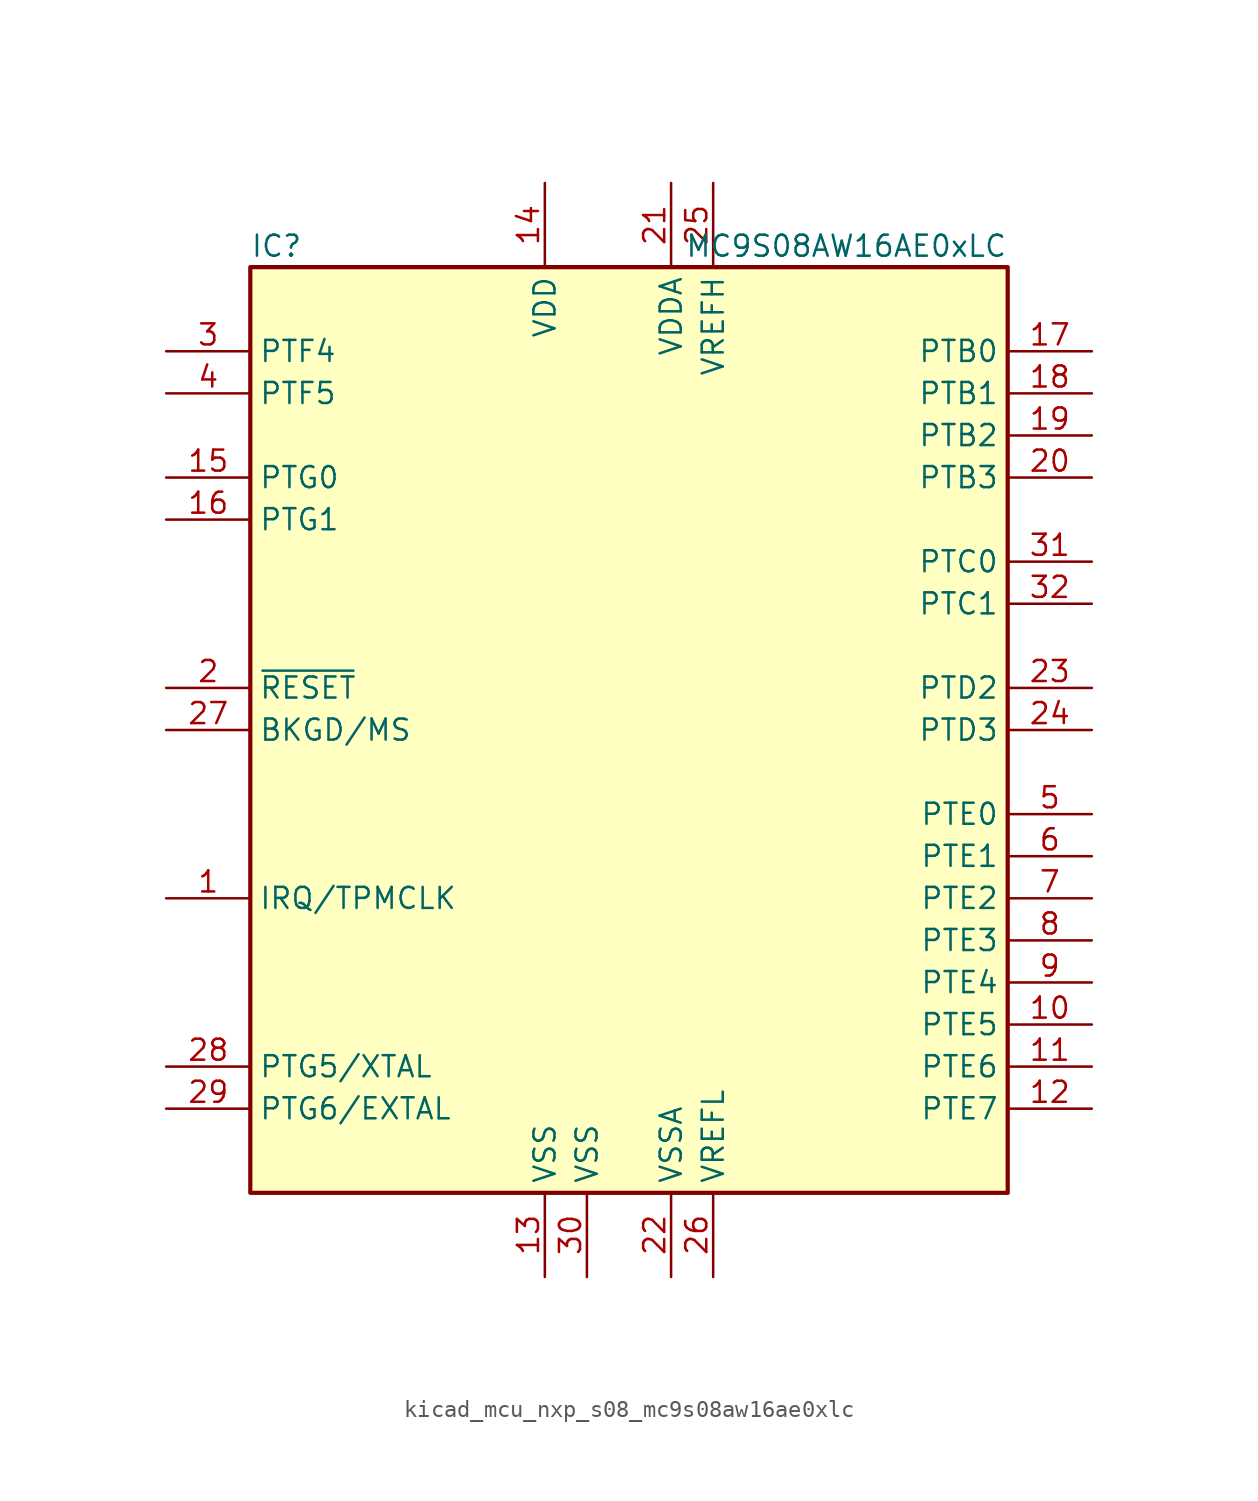
<source format=kicad_sym>
(kicad_symbol_lib
  (version 20220914)
  (generator kicad_symbol_editor)
  (symbol "kicad_mcu_nxp_s08_mc9s08aw16ae0xlc"
    (property "Reference" "IC"
      (at -22.86 29.21 0)
      (effects (font (size 1.27 1.27)) (justify left)))
    (property "Value" "MC9S08AW16AE0xLC"
      (at 22.86 29.21 0)
      (effects (font (size 1.27 1.27)) (justify right)))
    (symbol "kicad_mcu_nxp_s08_mc9s08aw16ae0xlc_0_1"
      (rectangle (start -22.86 27.94) (end 22.86 -27.94) (stroke (width 0.254) (type default)) (fill (type background))))
    (symbol "kicad_mcu_nxp_s08_mc9s08aw16ae0xlc_1_1"
      (pin input line (at -27.94 -10.16 0) (length 5.08) (name "IRQ/TPMCLK" (effects (font (size 1.27 1.27)))) (number "1" (effects (font (size 1.27 1.27)))))
      (pin bidirectional line (at 27.94 -17.78 180) (length 5.08) (name "PTE5" (effects (font (size 1.27 1.27)))) (number "10" (effects (font (size 1.27 1.27)))))
      (pin bidirectional line (at 27.94 -20.32 180) (length 5.08) (name "PTE6" (effects (font (size 1.27 1.27)))) (number "11" (effects (font (size 1.27 1.27)))))
      (pin bidirectional line (at 27.94 -22.86 180) (length 5.08) (name "PTE7" (effects (font (size 1.27 1.27)))) (number "12" (effects (font (size 1.27 1.27)))))
      (pin power_in line (at -5.08 -33.02 90) (length 5.08) (name "VSS" (effects (font (size 1.27 1.27)))) (number "13" (effects (font (size 1.27 1.27)))))
      (pin power_in line (at -5.08 33.02 270) (length 5.08) (name "VDD" (effects (font (size 1.27 1.27)))) (number "14" (effects (font (size 1.27 1.27)))))
      (pin bidirectional line (at -27.94 15.24 0) (length 5.08) (name "PTG0" (effects (font (size 1.27 1.27)))) (number "15" (effects (font (size 1.27 1.27)))))
      (pin bidirectional line (at -27.94 12.7 0) (length 5.08) (name "PTG1" (effects (font (size 1.27 1.27)))) (number "16" (effects (font (size 1.27 1.27)))))
      (pin bidirectional line (at 27.94 22.86 180) (length 5.08) (name "PTB0" (effects (font (size 1.27 1.27)))) (number "17" (effects (font (size 1.27 1.27)))))
      (pin bidirectional line (at 27.94 20.32 180) (length 5.08) (name "PTB1" (effects (font (size 1.27 1.27)))) (number "18" (effects (font (size 1.27 1.27)))))
      (pin bidirectional line (at 27.94 17.78 180) (length 5.08) (name "PTB2" (effects (font (size 1.27 1.27)))) (number "19" (effects (font (size 1.27 1.27)))))
      (pin input line (at -27.94 2.54 0) (length 5.08) (name "~{RESET}" (effects (font (size 1.27 1.27)))) (number "2" (effects (font (size 1.27 1.27)))))
      (pin bidirectional line (at 27.94 15.24 180) (length 5.08) (name "PTB3" (effects (font (size 1.27 1.27)))) (number "20" (effects (font (size 1.27 1.27)))))
      (pin power_in line (at 2.54 33.02 270) (length 5.08) (name "VDDA" (effects (font (size 1.27 1.27)))) (number "21" (effects (font (size 1.27 1.27)))))
      (pin power_in line (at 2.54 -33.02 90) (length 5.08) (name "VSSA" (effects (font (size 1.27 1.27)))) (number "22" (effects (font (size 1.27 1.27)))))
      (pin bidirectional line (at 27.94 2.54 180) (length 5.08) (name "PTD2" (effects (font (size 1.27 1.27)))) (number "23" (effects (font (size 1.27 1.27)))))
      (pin bidirectional line (at 27.94 0 180) (length 5.08) (name "PTD3" (effects (font (size 1.27 1.27)))) (number "24" (effects (font (size 1.27 1.27)))))
      (pin power_in line (at 5.08 33.02 270) (length 5.08) (name "VREFH" (effects (font (size 1.27 1.27)))) (number "25" (effects (font (size 1.27 1.27)))))
      (pin power_in line (at 5.08 -33.02 90) (length 5.08) (name "VREFL" (effects (font (size 1.27 1.27)))) (number "26" (effects (font (size 1.27 1.27)))))
      (pin bidirectional line (at -27.94 0 0) (length 5.08) (name "BKGD/MS" (effects (font (size 1.27 1.27)))) (number "27" (effects (font (size 1.27 1.27)))))
      (pin bidirectional line (at -27.94 -20.32 0) (length 5.08) (name "PTG5/XTAL" (effects (font (size 1.27 1.27)))) (number "28" (effects (font (size 1.27 1.27)))))
      (pin bidirectional line (at -27.94 -22.86 0) (length 5.08) (name "PTG6/EXTAL" (effects (font (size 1.27 1.27)))) (number "29" (effects (font (size 1.27 1.27)))))
      (pin bidirectional line (at -27.94 22.86 0) (length 5.08) (name "PTF4" (effects (font (size 1.27 1.27)))) (number "3" (effects (font (size 1.27 1.27)))))
      (pin power_in line (at -2.54 -33.02 90) (length 5.08) (name "VSS" (effects (font (size 1.27 1.27)))) (number "30" (effects (font (size 1.27 1.27)))))
      (pin bidirectional line (at 27.94 10.16 180) (length 5.08) (name "PTC0" (effects (font (size 1.27 1.27)))) (number "31" (effects (font (size 1.27 1.27)))))
      (pin bidirectional line (at 27.94 7.62 180) (length 5.08) (name "PTC1" (effects (font (size 1.27 1.27)))) (number "32" (effects (font (size 1.27 1.27)))))
      (pin bidirectional line (at -27.94 20.32 0) (length 5.08) (name "PTF5" (effects (font (size 1.27 1.27)))) (number "4" (effects (font (size 1.27 1.27)))))
      (pin bidirectional line (at 27.94 -5.08 180) (length 5.08) (name "PTE0" (effects (font (size 1.27 1.27)))) (number "5" (effects (font (size 1.27 1.27)))))
      (pin bidirectional line (at 27.94 -7.62 180) (length 5.08) (name "PTE1" (effects (font (size 1.27 1.27)))) (number "6" (effects (font (size 1.27 1.27)))))
      (pin bidirectional line (at 27.94 -10.16 180) (length 5.08) (name "PTE2" (effects (font (size 1.27 1.27)))) (number "7" (effects (font (size 1.27 1.27)))))
      (pin bidirectional line (at 27.94 -12.7 180) (length 5.08) (name "PTE3" (effects (font (size 1.27 1.27)))) (number "8" (effects (font (size 1.27 1.27)))))
      (pin bidirectional line (at 27.94 -15.24 180) (length 5.08) (name "PTE4" (effects (font (size 1.27 1.27)))) (number "9" (effects (font (size 1.27 1.27))))))))
</source>
